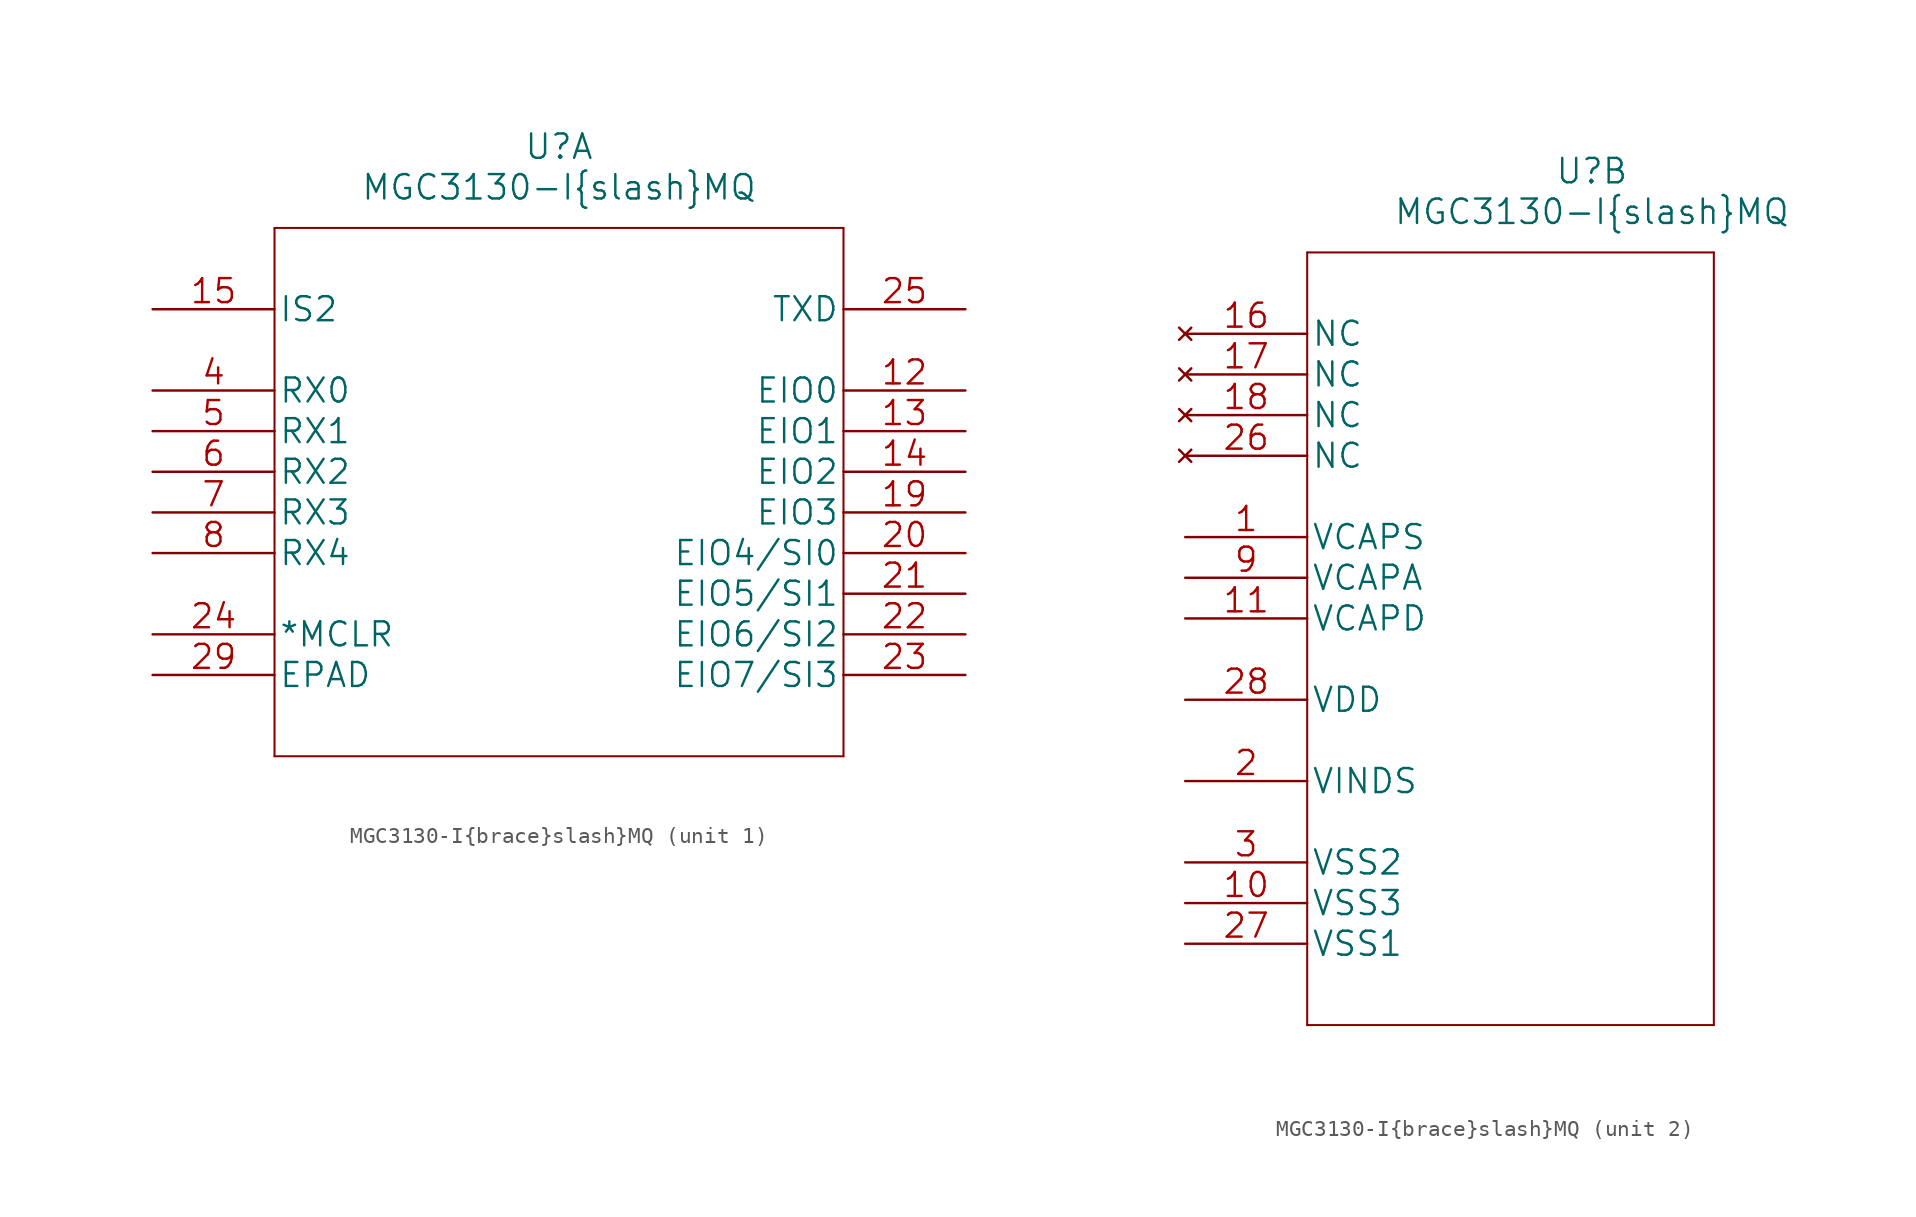
<source format=kicad_sym>
(kicad_symbol_lib
  (version 20211014)
  (generator kicad_symbol_editor)
  (symbol "MGC3130-I{brace}slash}MQ"
    (pin_names
      (offset 0.254))
    (property "Reference" "U"
      (at 25.4 10.16 0)
      (effects (font (size 1.524 1.524))))
    (property "Value" "MGC3130-I{brace}slash}MQ"
      (at 25.4 7.62 0)
      (effects (font (size 1.524 1.524))))
    (property "Datasheet" ""
      (at 0 0 0)
      (effects (font (size 1.524 1.524))))
    (symbol "MGC3130-I{brace}slash}MQ_1_1"
      (polyline (pts (xy 7.62 -27.94) (xy 43.18 -27.94)) (stroke (width 0.127) (type default) (color 0 0 0 0)) (fill (type none)))
      (polyline (pts (xy 7.62 5.08) (xy 7.62 -27.94)) (stroke (width 0.127) (type default) (color 0 0 0 0)) (fill (type none)))
      (polyline (pts (xy 43.18 -27.94) (xy 43.18 5.08)) (stroke (width 0.127) (type default) (color 0 0 0 0)) (fill (type none)))
      (polyline (pts (xy 43.18 5.08) (xy 7.62 5.08)) (stroke (width 0.127) (type default) (color 0 0 0 0)) (fill (type none)))
      (pin bidirectional line (at 50.8 -5.08 180) (length 7.62) (name "EIO0" (effects (font (size 1.499 1.499)))) (number "12" (effects (font (size 1.499 1.499)))))
      (pin bidirectional line (at 50.8 -7.62 180) (length 7.62) (name "EIO1" (effects (font (size 1.499 1.499)))) (number "13" (effects (font (size 1.499 1.499)))))
      (pin bidirectional line (at 50.8 -10.16 180) (length 7.62) (name "EIO2" (effects (font (size 1.499 1.499)))) (number "14" (effects (font (size 1.499 1.499)))))
      (pin input line (at 0 0 0) (length 7.62) (name "IS2" (effects (font (size 1.499 1.499)))) (number "15" (effects (font (size 1.499 1.499)))))
      (pin bidirectional line (at 50.8 -12.7 180) (length 7.62) (name "EIO3" (effects (font (size 1.499 1.499)))) (number "19" (effects (font (size 1.499 1.499)))))
      (pin bidirectional line (at 50.8 -15.24 180) (length 7.62) (name "EIO4/SI0" (effects (font (size 1.499 1.499)))) (number "20" (effects (font (size 1.499 1.499)))))
      (pin bidirectional line (at 50.8 -17.78 180) (length 7.62) (name "EIO5/SI1" (effects (font (size 1.499 1.499)))) (number "21" (effects (font (size 1.499 1.499)))))
      (pin bidirectional line (at 50.8 -20.32 180) (length 7.62) (name "EIO6/SI2" (effects (font (size 1.499 1.499)))) (number "22" (effects (font (size 1.499 1.499)))))
      (pin bidirectional line (at 50.8 -22.86 180) (length 7.62) (name "EIO7/SI3" (effects (font (size 1.499 1.499)))) (number "23" (effects (font (size 1.499 1.499)))))
      (pin bidirectional line (at 0 -20.32 0) (length 7.62) (name "*MCLR" (effects (font (size 1.499 1.499)))) (number "24" (effects (font (size 1.499 1.499)))))
      (pin output line (at 50.8 0 180) (length 7.62) (name "TXD" (effects (font (size 1.499 1.499)))) (number "25" (effects (font (size 1.499 1.499)))))
      (pin unspecified line (at 0 -22.86 0) (length 7.62) (name "EPAD" (effects (font (size 1.499 1.499)))) (number "29" (effects (font (size 1.499 1.499)))))
      (pin input line (at 0 -5.08 0) (length 7.62) (name "RX0" (effects (font (size 1.499 1.499)))) (number "4" (effects (font (size 1.499 1.499)))))
      (pin input line (at 0 -7.62 0) (length 7.62) (name "RX1" (effects (font (size 1.499 1.499)))) (number "5" (effects (font (size 1.499 1.499)))))
      (pin input line (at 0 -10.16 0) (length 7.62) (name "RX2" (effects (font (size 1.499 1.499)))) (number "6" (effects (font (size 1.499 1.499)))))
      (pin input line (at 0 -12.7 0) (length 7.62) (name "RX3" (effects (font (size 1.499 1.499)))) (number "7" (effects (font (size 1.499 1.499)))))
      (pin input line (at 0 -15.24 0) (length 7.62) (name "RX4" (effects (font (size 1.499 1.499)))) (number "8" (effects (font (size 1.499 1.499))))))
    (symbol "MGC3130-I{brace}slash}MQ_2_1"
      (polyline (pts (xy 7.62 -43.18) (xy 33.02 -43.18)) (stroke (width 0.127) (type default) (color 0 0 0 0)) (fill (type none)))
      (polyline (pts (xy 7.62 5.08) (xy 7.62 -43.18)) (stroke (width 0.127) (type default) (color 0 0 0 0)) (fill (type none)))
      (polyline (pts (xy 33.02 -43.18) (xy 33.02 5.08)) (stroke (width 0.127) (type default) (color 0 0 0 0)) (fill (type none)))
      (polyline (pts (xy 33.02 5.08) (xy 7.62 5.08)) (stroke (width 0.127) (type default) (color 0 0 0 0)) (fill (type none)))
      (pin power_in line (at 0 -12.7 0) (length 7.62) (name "VCAPS" (effects (font (size 1.499 1.499)))) (number "1" (effects (font (size 1.499 1.499)))))
      (pin power_in line (at 0 -35.56 0) (length 7.62) (name "VSS3" (effects (font (size 1.499 1.499)))) (number "10" (effects (font (size 1.499 1.499)))))
      (pin power_in line (at 0 -17.78 0) (length 7.62) (name "VCAPD" (effects (font (size 1.499 1.499)))) (number "11" (effects (font (size 1.499 1.499)))))
      (pin no_connect line (at 0 0 0) (length 7.62) (name "NC" (effects (font (size 1.499 1.499)))) (number "16" (effects (font (size 1.499 1.499)))))
      (pin no_connect line (at 0 -2.54 0) (length 7.62) (name "NC" (effects (font (size 1.499 1.499)))) (number "17" (effects (font (size 1.499 1.499)))))
      (pin no_connect line (at 0 -5.08 0) (length 7.62) (name "NC" (effects (font (size 1.499 1.499)))) (number "18" (effects (font (size 1.499 1.499)))))
      (pin power_in line (at 0 -27.94 0) (length 7.62) (name "VINDS" (effects (font (size 1.499 1.499)))) (number "2" (effects (font (size 1.499 1.499)))))
      (pin no_connect line (at 0 -7.62 0) (length 7.62) (name "NC" (effects (font (size 1.499 1.499)))) (number "26" (effects (font (size 1.499 1.499)))))
      (pin power_in line (at 0 -38.1 0) (length 7.62) (name "VSS1" (effects (font (size 1.499 1.499)))) (number "27" (effects (font (size 1.499 1.499)))))
      (pin power_in line (at 0 -22.86 0) (length 7.62) (name "VDD" (effects (font (size 1.499 1.499)))) (number "28" (effects (font (size 1.499 1.499)))))
      (pin power_in line (at 0 -33.02 0) (length 7.62) (name "VSS2" (effects (font (size 1.499 1.499)))) (number "3" (effects (font (size 1.499 1.499)))))
      (pin power_in line (at 0 -15.24 0) (length 7.62) (name "VCAPA" (effects (font (size 1.499 1.499)))) (number "9" (effects (font (size 1.499 1.499))))))))
</source>
